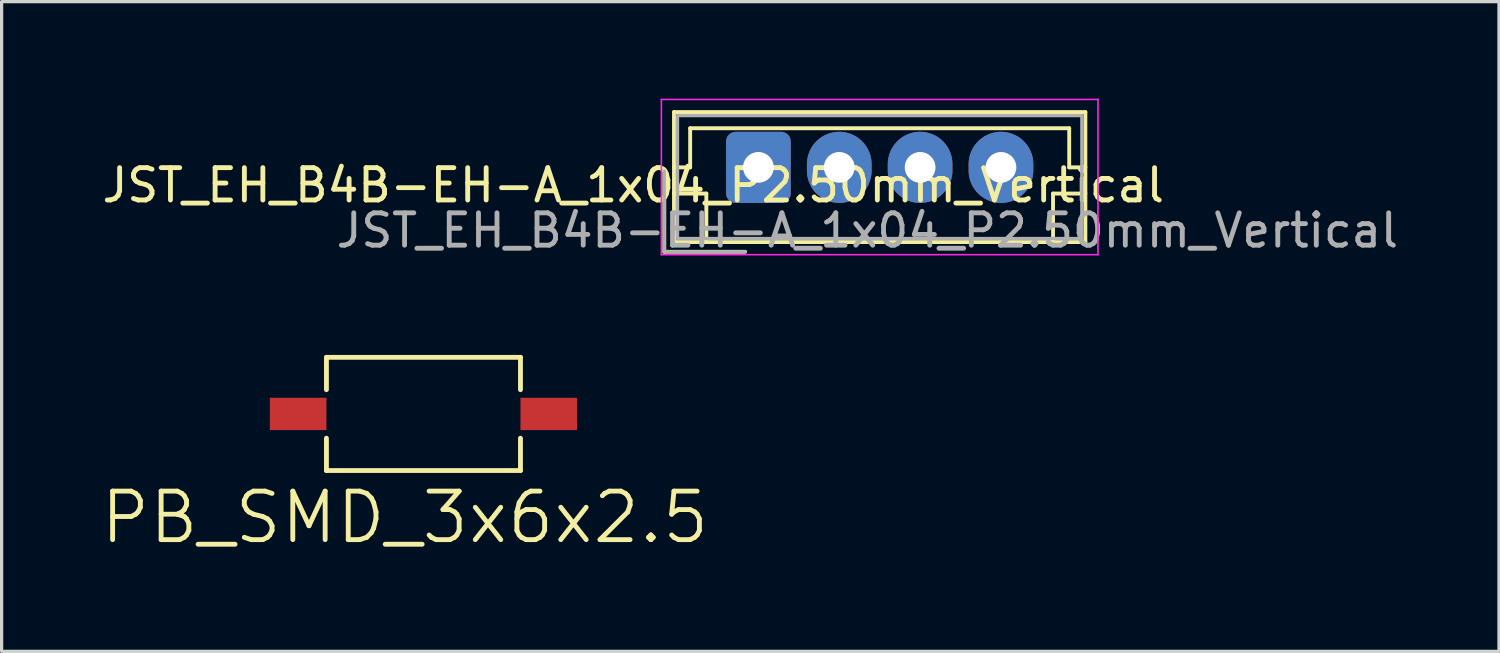
<source format=kicad_pcb>
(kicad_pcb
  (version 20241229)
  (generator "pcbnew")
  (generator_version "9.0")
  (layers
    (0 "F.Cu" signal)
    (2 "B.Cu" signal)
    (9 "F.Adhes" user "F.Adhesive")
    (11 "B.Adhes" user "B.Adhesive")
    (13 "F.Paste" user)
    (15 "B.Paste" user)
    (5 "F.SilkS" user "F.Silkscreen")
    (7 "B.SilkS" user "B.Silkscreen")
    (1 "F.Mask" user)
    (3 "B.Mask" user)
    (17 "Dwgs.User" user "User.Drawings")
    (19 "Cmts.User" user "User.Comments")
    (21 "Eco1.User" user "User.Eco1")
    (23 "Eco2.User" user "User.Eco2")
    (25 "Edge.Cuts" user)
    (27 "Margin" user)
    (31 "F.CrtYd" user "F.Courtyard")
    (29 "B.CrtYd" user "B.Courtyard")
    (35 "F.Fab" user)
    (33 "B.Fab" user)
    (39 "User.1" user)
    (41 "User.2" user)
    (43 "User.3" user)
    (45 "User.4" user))
  (footprint "PB_SMD_3x6x2.5"
    (layer "F.Cu")
    (at 6.168 9.749)
    (property "Reference" "PB_SMD_3x6x2.5" (at 3.3 3.2 180) (layer "F.SilkS") (effects (font (size 1.5 1.5) (thickness 0.15))))
    (attr through_hole)
    (fp_line (start 0.875 -1.75) (end 0.875 -0.75) (stroke (width 0.15) (type solid)) (layer "F.SilkS"))
    (fp_line (start 0.875 -1.75) (end 6.875 -1.75) (stroke (width 0.15) (type solid)) (layer "F.SilkS"))
    (fp_line (start 0.875 0.75) (end 0.875 1.75) (stroke (width 0.15) (type solid)) (layer "F.SilkS"))
    (fp_line (start 0.875 1.75) (end 6.875 1.75) (stroke (width 0.15) (type solid)) (layer "F.SilkS"))
    (fp_line (start 6.875 -1.75) (end 6.875 -0.75) (stroke (width 0.15) (type solid)) (layer "F.SilkS"))
    (fp_line (start 6.875 0.75) (end 6.875 1.75) (stroke (width 0.15) (type solid)) (layer "F.SilkS"))
    (pad "1" smd rect (at 0 0) (size 1.75 1) (layers "F.Cu" "F.Mask" "F.Paste"))
    (pad "2" smd rect (at 7.75 0) (size 1.75 1) (layers "F.Cu" "F.Mask" "F.Paste")))
  (footprint "JST_EH_B4B-EH-A_1x04_P2.50mm_Vertical"
    (layer "F.Cu")
    (at 20.4 2.125)
    (property "Reference" "JST_EH_B4B-EH-A_1x04_P2.50mm_Vertical" (at -3.87 0.554 0) (layer "F.SilkS") (effects (font (size 1 1) (thickness 0.15))))
    (attr through_hole)
    (fp_line (start -2.91 0.11) (end -2.91 2.61) (stroke (width 0.12) (type solid)) (layer "F.SilkS"))
    (fp_line (start -2.91 2.61) (end -0.41 2.61) (stroke (width 0.12) (type solid)) (layer "F.SilkS"))
    (fp_line (start -2.61 -1.71) (end -2.61 2.31) (stroke (width 0.12) (type solid)) (layer "F.SilkS"))
    (fp_line (start -2.61 0) (end -2.11 0) (stroke (width 0.12) (type solid)) (layer "F.SilkS"))
    (fp_line (start -2.61 0.81) (end -1.61 0.81) (stroke (width 0.12) (type solid)) (layer "F.SilkS"))
    (fp_line (start -2.61 2.31) (end 10.11 2.31) (stroke (width 0.12) (type solid)) (layer "F.SilkS"))
    (fp_line (start -2.11 -1.21) (end 9.61 -1.21) (stroke (width 0.12) (type solid)) (layer "F.SilkS"))
    (fp_line (start -2.11 0) (end -2.11 -1.21) (stroke (width 0.12) (type solid)) (layer "F.SilkS"))
    (fp_line (start -1.61 0.81) (end -1.61 2.31) (stroke (width 0.12) (type solid)) (layer "F.SilkS"))
    (fp_line (start 9.11 0.81) (end 9.11 2.31) (stroke (width 0.12) (type solid)) (layer "F.SilkS"))
    (fp_line (start 9.61 -1.21) (end 9.61 0) (stroke (width 0.12) (type solid)) (layer "F.SilkS"))
    (fp_line (start 9.61 0) (end 10.11 0) (stroke (width 0.12) (type solid)) (layer "F.SilkS"))
    (fp_line (start 10.11 -1.71) (end -2.61 -1.71) (stroke (width 0.12) (type solid)) (layer "F.SilkS"))
    (fp_line (start 10.11 0.81) (end 9.11 0.81) (stroke (width 0.12) (type solid)) (layer "F.SilkS"))
    (fp_line (start 10.11 2.31) (end 10.11 -1.71) (stroke (width 0.12) (type solid)) (layer "F.SilkS"))
    (fp_line (start -3 -2.1) (end -3 2.7) (stroke (width 0.05) (type solid)) (layer "F.CrtYd"))
    (fp_line (start -3 2.7) (end 10.5 2.7) (stroke (width 0.05) (type solid)) (layer "F.CrtYd"))
    (fp_line (start 10.5 -2.1) (end -3 -2.1) (stroke (width 0.05) (type solid)) (layer "F.CrtYd"))
    (fp_line (start 10.5 2.7) (end 10.5 -2.1) (stroke (width 0.05) (type solid)) (layer "F.CrtYd"))
    (fp_line (start -2.91 0.11) (end -2.91 2.61) (stroke (width 0.1) (type solid)) (layer "F.Fab"))
    (fp_line (start -2.91 2.61) (end -0.41 2.61) (stroke (width 0.1) (type solid)) (layer "F.Fab"))
    (fp_line (start -2.5 -1.6) (end -2.5 2.2) (stroke (width 0.1) (type solid)) (layer "F.Fab"))
    (fp_line (start -2.5 2.2) (end 10 2.2) (stroke (width 0.1) (type solid)) (layer "F.Fab"))
    (fp_line (start 10 -1.6) (end -2.5 -1.6) (stroke (width 0.1) (type solid)) (layer "F.Fab"))
    (fp_line (start 10 2.2) (end 10 -1.6) (stroke (width 0.1) (type solid)) (layer "F.Fab"))
    (fp_text user "${REFERENCE}" (at 3.369 1.951 0) (layer "F.Fab") (effects (font (size 1 1) (thickness 0.15))))
    (pad "1" thru_hole roundrect (at 0 0 180) (size 2 2.2) (drill 0.95) (layers "*.Cu" "*.Mask") (roundrect_rratio 0.147))
    (pad "2" thru_hole oval (at 2.5 0 180) (size 2 2.2) (drill 0.95) (layers "*.Cu" "*.Mask"))
    (pad "3" thru_hole oval (at 5 0 180) (size 2 2.2) (drill 0.95) (layers "*.Cu" "*.Mask"))
    (pad "4" thru_hole oval (at 7.5 0 180) (size 2 2.2) (drill 0.95) (layers "*.Cu" "*.Mask")))
  (gr_rect
    (start -3 -3)
    (end 43.299 17.09)
    (stroke (width 0.1) (type default))
    (fill no)
    (layer "Edge.Cuts")))
</source>
